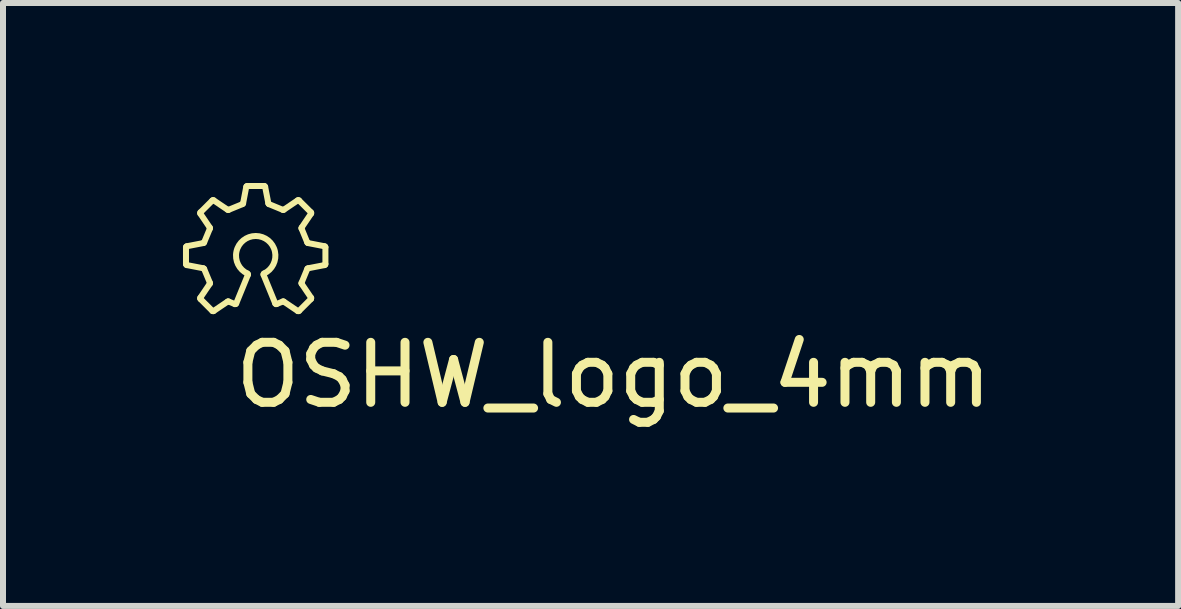
<source format=kicad_pcb>
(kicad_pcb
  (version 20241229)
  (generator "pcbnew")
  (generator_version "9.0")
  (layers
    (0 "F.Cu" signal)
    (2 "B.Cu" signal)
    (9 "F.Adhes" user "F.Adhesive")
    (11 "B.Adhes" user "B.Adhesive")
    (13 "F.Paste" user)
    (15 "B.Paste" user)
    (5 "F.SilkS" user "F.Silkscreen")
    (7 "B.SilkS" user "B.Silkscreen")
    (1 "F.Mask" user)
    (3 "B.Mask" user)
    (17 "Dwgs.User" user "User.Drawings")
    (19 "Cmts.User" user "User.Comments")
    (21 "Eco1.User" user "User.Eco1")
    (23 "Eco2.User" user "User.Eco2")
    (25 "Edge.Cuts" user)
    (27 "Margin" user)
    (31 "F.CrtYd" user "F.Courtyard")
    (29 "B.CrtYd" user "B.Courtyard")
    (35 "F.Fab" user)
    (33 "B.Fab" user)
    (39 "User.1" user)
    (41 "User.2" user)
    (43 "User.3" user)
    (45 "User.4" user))
  (footprint "OSHW_logo_4mm"
    (layer "F.Cu")
    (at 1.207 1.201)
    (property "Reference" "OSHW_logo_4mm" (at 5.97 2 0) (layer "F.SilkS") (effects (font (size 1 1) (thickness 0.15))))
    (attr through_hole)
    (fp_line (start -1.157 0.153) (end -1.157 -0.131) (stroke (width 0.1) (type solid)) (layer "F.SilkS"))
    (fp_line (start -1.145 -0.146) (end -0.866 -0.2) (stroke (width 0.1) (type solid)) (layer "F.SilkS"))
    (fp_line (start -0.919 0.713) (end -0.76 0.478) (stroke (width 0.1) (type solid)) (layer "F.SilkS"))
    (fp_line (start -0.917 -0.711) (end -0.716 -0.911) (stroke (width 0.1) (type solid)) (layer "F.SilkS"))
    (fp_line (start -0.866 0.221) (end -1.145 0.167) (stroke (width 0.1) (type solid)) (layer "F.SilkS"))
    (fp_line (start -0.855 -0.209) (end -0.758 -0.442) (stroke (width 0.1) (type solid)) (layer "F.SilkS"))
    (fp_line (start -0.76 -0.457) (end -0.919 -0.692) (stroke (width 0.1) (type solid)) (layer "F.SilkS"))
    (fp_line (start -0.758 0.463) (end -0.855 0.23) (stroke (width 0.1) (type solid)) (layer "F.SilkS"))
    (fp_line (start -0.716 0.933) (end -0.917 0.732) (stroke (width 0.1) (type solid)) (layer "F.SilkS"))
    (fp_line (start -0.697 -0.913) (end -0.462 -0.754) (stroke (width 0.1) (type solid)) (layer "F.SilkS"))
    (fp_line (start -0.462 0.775) (end -0.697 0.934) (stroke (width 0.1) (type solid)) (layer "F.SilkS"))
    (fp_line (start -0.448 -0.753) (end -0.214 -0.849) (stroke (width 0.1) (type solid)) (layer "F.SilkS"))
    (fp_line (start -0.341 0.818) (end -0.448 0.774) (stroke (width 0.1) (type solid)) (layer "F.SilkS"))
    (fp_line (start -0.205 -0.861) (end -0.152 -1.139) (stroke (width 0.1) (type solid)) (layer "F.SilkS"))
    (fp_line (start -0.137 -1.151) (end 0.147 -1.151) (stroke (width 0.1) (type solid)) (layer "F.SilkS"))
    (fp_line (start -0.124 0.328) (end -0.321 0.81) (stroke (width 0.1) (type solid)) (layer "F.SilkS"))
    (fp_line (start 0.162 -1.139) (end 0.216 -0.861) (stroke (width 0.1) (type solid)) (layer "F.SilkS"))
    (fp_line (start 0.225 -0.849) (end 0.458 -0.753) (stroke (width 0.1) (type solid)) (layer "F.SilkS"))
    (fp_line (start 0.332 0.81) (end 0.135 0.328) (stroke (width 0.1) (type solid)) (layer "F.SilkS"))
    (fp_line (start 0.458 0.774) (end 0.351 0.818) (stroke (width 0.1) (type solid)) (layer "F.SilkS"))
    (fp_line (start 0.472 -0.754) (end 0.707 -0.913) (stroke (width 0.1) (type solid)) (layer "F.SilkS"))
    (fp_line (start 0.707 0.934) (end 0.472 0.775) (stroke (width 0.1) (type solid)) (layer "F.SilkS"))
    (fp_line (start 0.726 -0.911) (end 0.927 -0.711) (stroke (width 0.1) (type solid)) (layer "F.SilkS"))
    (fp_line (start 0.769 -0.442) (end 0.865 -0.209) (stroke (width 0.1) (type solid)) (layer "F.SilkS"))
    (fp_line (start 0.77 0.478) (end 0.929 0.713) (stroke (width 0.1) (type solid)) (layer "F.SilkS"))
    (fp_line (start 0.865 0.23) (end 0.769 0.463) (stroke (width 0.1) (type solid)) (layer "F.SilkS"))
    (fp_line (start 0.876 -0.2) (end 1.155 -0.146) (stroke (width 0.1) (type solid)) (layer "F.SilkS"))
    (fp_line (start 0.927 0.732) (end 0.726 0.933) (stroke (width 0.1) (type solid)) (layer "F.SilkS"))
    (fp_line (start 0.929 -0.692) (end 0.77 -0.457) (stroke (width 0.1) (type solid)) (layer "F.SilkS"))
    (fp_line (start 1.155 0.167) (end 0.876 0.221) (stroke (width 0.1) (type solid)) (layer "F.SilkS"))
    (fp_line (start 1.167 -0.131) (end 1.167 0.153) (stroke (width 0.1) (type solid)) (layer "F.SilkS"))
    (fp_arc (start -1.156761 -0.131464) (mid -1.153329 -0.141014) (end -1.144603 -0.146193) (stroke (width 0.1) (type solid)) (layer "F.SilkS"))
    (fp_arc (start -1.144602 0.167305) (mid -1.153328 0.162126) (end -1.156761 0.152577) (stroke (width 0.1) (type solid)) (layer "F.SilkS"))
    (fp_arc (start -0.918689 -0.6916) (mid -0.921197 -0.701433) (end -0.916871 -0.710612) (stroke (width 0.1) (type solid)) (layer "F.SilkS"))
    (fp_arc (start -0.916872 0.731723) (mid -0.921197 0.722543) (end -0.918688 0.712711) (stroke (width 0.1) (type solid)) (layer "F.SilkS"))
    (fp_arc (start -0.865919 0.221071) (mid -0.859278 0.224177) (end -0.854903 0.230059) (stroke (width 0.1) (type solid)) (layer "F.SilkS"))
    (fp_arc (start -0.854903 -0.208947) (mid -0.859279 -0.203065) (end -0.86592 -0.199959) (stroke (width 0.1) (type solid)) (layer "F.SilkS"))
    (fp_arc (start -0.759648 -0.456523) (mid -0.757148 -0.449631) (end -0.758213 -0.442378) (stroke (width 0.1) (type solid)) (layer "F.SilkS"))
    (fp_arc (start -0.758212 0.463489) (mid -0.757147 0.470743) (end -0.759647 0.477635) (stroke (width 0.1) (type solid)) (layer "F.SilkS"))
    (fp_arc (start -0.716024 -0.91146) (mid -0.706844 -0.915786) (end -0.697011 -0.913277) (stroke (width 0.1) (type solid)) (layer "F.SilkS"))
    (fp_arc (start -0.697011 0.934387) (mid -0.706843 0.936896) (end -0.716023 0.932571) (stroke (width 0.1) (type solid)) (layer "F.SilkS"))
    (fp_arc (start -0.461935 0.775347) (mid -0.455043 0.772847) (end -0.447789 0.773913) (stroke (width 0.1) (type solid)) (layer "F.SilkS"))
    (fp_arc (start -0.44779 -0.752802) (mid -0.455043 -0.751737) (end -0.461935 -0.754236) (stroke (width 0.1) (type solid)) (layer "F.SilkS"))
    (fp_arc (start -0.321272 0.810001) (mid -0.329384 0.818174) (end -0.3409 0.818188) (stroke (width 0.1) (type solid)) (layer "F.SilkS"))
    (fp_arc (start -0.20537 -0.860508) (mid -0.208476 -0.853867) (end -0.214359 -0.849491) (stroke (width 0.1) (type solid)) (layer "F.SilkS"))
    (fp_arc (start -0.151605 -1.139191) (mid -0.146426 -1.147917) (end -0.136877 -1.15135) (stroke (width 0.1) (type solid)) (layer "F.SilkS"))
    (fp_arc (start -0.132099 0.308737) (mid -0.124418 0.316856) (end -0.124483 0.328033) (stroke (width 0.1) (type solid)) (layer "F.SilkS"))
    (fp_arc (start -0.132099 0.308737) (mid 0.005144 -0.317693) (end 0.142387 0.308737) (stroke (width 0.1) (type solid)) (layer "F.SilkS"))
    (fp_arc (start 0.134771 0.328033) (mid 0.134706 0.316856) (end 0.142387 0.308737) (stroke (width 0.1) (type solid)) (layer "F.SilkS"))
    (fp_arc (start 0.147165 -1.15135) (mid 0.156714 -1.147918) (end 0.161893 -1.139191) (stroke (width 0.1) (type solid)) (layer "F.SilkS"))
    (fp_arc (start 0.224647 -0.849492) (mid 0.218765 -0.853867) (end 0.215659 -0.860508) (stroke (width 0.1) (type solid)) (layer "F.SilkS"))
    (fp_arc (start 0.351188 0.818188) (mid 0.339673 0.818173) (end 0.331561 0.81) (stroke (width 0.1) (type solid)) (layer "F.SilkS"))
    (fp_arc (start 0.458077 0.773913) (mid 0.465331 0.772847) (end 0.472223 0.775347) (stroke (width 0.1) (type solid)) (layer "F.SilkS"))
    (fp_arc (start 0.472223 -0.754235) (mid 0.465331 -0.751735) (end 0.458077 -0.752801) (stroke (width 0.1) (type solid)) (layer "F.SilkS"))
    (fp_arc (start 0.7073 -0.913276) (mid 0.717132 -0.915784) (end 0.726311 -0.911459) (stroke (width 0.1) (type solid)) (layer "F.SilkS"))
    (fp_arc (start 0.726312 0.932571) (mid 0.717132 0.936897) (end 0.707299 0.934388) (stroke (width 0.1) (type solid)) (layer "F.SilkS"))
    (fp_arc (start 0.768501 -0.442377) (mid 0.767435 -0.449631) (end 0.769935 -0.456523) (stroke (width 0.1) (type solid)) (layer "F.SilkS"))
    (fp_arc (start 0.769936 0.477634) (mid 0.767436 0.470742) (end 0.768501 0.463489) (stroke (width 0.1) (type solid)) (layer "F.SilkS"))
    (fp_arc (start 0.865191 0.230058) (mid 0.869567 0.224176) (end 0.876208 0.22107) (stroke (width 0.1) (type solid)) (layer "F.SilkS"))
    (fp_arc (start 0.876207 -0.199959) (mid 0.869566 -0.203065) (end 0.865191 -0.208947) (stroke (width 0.1) (type solid)) (layer "F.SilkS"))
    (fp_arc (start 0.927159 -0.710611) (mid 0.931484 -0.701432) (end 0.928976 -0.6916) (stroke (width 0.1) (type solid)) (layer "F.SilkS"))
    (fp_arc (start 0.928976 0.712712) (mid 0.931484 0.722544) (end 0.927159 0.731723) (stroke (width 0.1) (type solid)) (layer "F.SilkS"))
    (fp_arc (start 1.154891 -0.146193) (mid 1.163617 -0.141014) (end 1.16705 -0.131465) (stroke (width 0.1) (type solid)) (layer "F.SilkS"))
    (fp_arc (start 1.16705 0.152577) (mid 1.163618 0.162126) (end 1.154891 0.167305) (stroke (width 0.1) (type solid)) (layer "F.SilkS")))
  (gr_rect
    (start -3 -3)
    (end 16.587 7.05)
    (stroke (width 0.1) (type default))
    (fill no)
    (layer "Edge.Cuts")))
</source>
